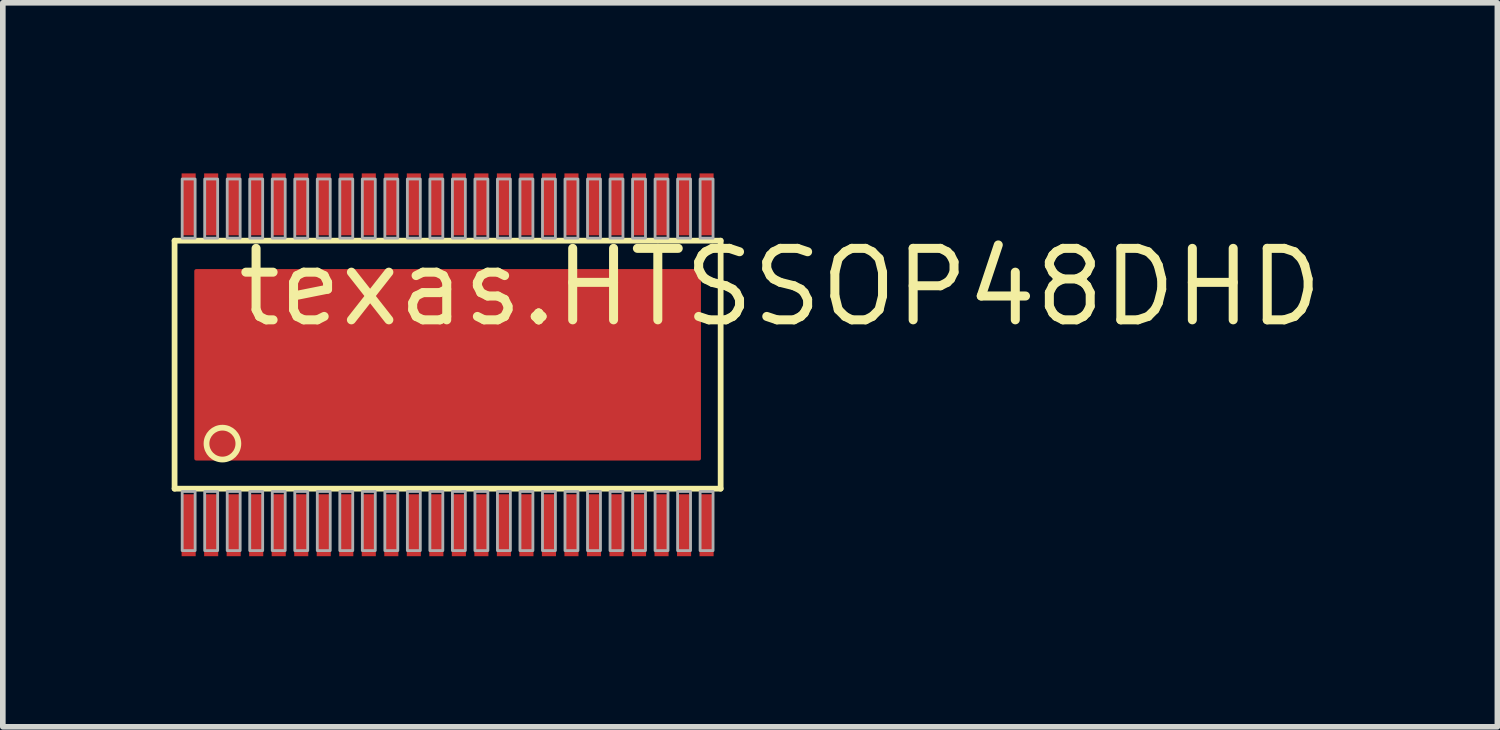
<source format=kicad_pcb>
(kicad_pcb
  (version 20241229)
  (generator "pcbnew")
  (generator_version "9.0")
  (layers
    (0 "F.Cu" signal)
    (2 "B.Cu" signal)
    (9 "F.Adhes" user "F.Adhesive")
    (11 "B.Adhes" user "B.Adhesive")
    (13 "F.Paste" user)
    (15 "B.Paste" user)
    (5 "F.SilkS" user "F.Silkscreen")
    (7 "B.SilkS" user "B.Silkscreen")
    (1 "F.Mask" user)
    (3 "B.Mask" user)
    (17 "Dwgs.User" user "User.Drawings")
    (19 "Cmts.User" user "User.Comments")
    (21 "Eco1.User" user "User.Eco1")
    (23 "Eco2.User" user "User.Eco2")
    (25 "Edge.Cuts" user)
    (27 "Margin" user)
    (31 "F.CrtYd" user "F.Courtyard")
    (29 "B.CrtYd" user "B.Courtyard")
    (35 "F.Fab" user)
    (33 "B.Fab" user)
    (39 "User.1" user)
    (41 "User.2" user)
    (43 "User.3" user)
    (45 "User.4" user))
  (footprint "texas.HTSSOP48DHD"
    (layer "F.Cu")
    (at 4.901 3.43)
    (property "Reference" "texas.HTSSOP48DHD" (at -3.81 -0.635 0) (layer "F.SilkS") (effects (font (size 1.27 1.27) (thickness 0.16)) (justify left bottom)))
    (attr smd)
    (fp_rect (start -4.73 -2.295) (end -4.47 -3.405) (stroke (width 0.05) (type default)) (fill yes) (layer "F.Mask"))
    (fp_rect (start -4.73 3.405) (end -4.47 2.295) (stroke (width 0.05) (type default)) (fill yes) (layer "F.Mask"))
    (fp_rect (start -4.5 1.7) (end 4.5 -1.7) (stroke (width 0.05) (type default)) (fill yes) (layer "F.Mask"))
    (fp_rect (start -4.33 -2.295) (end -4.07 -3.405) (stroke (width 0.05) (type default)) (fill yes) (layer "F.Mask"))
    (fp_rect (start -4.33 3.405) (end -4.07 2.295) (stroke (width 0.05) (type default)) (fill yes) (layer "F.Mask"))
    (fp_rect (start -3.93 -2.295) (end -3.67 -3.405) (stroke (width 0.05) (type default)) (fill yes) (layer "F.Mask"))
    (fp_rect (start -3.93 3.405) (end -3.67 2.295) (stroke (width 0.05) (type default)) (fill yes) (layer "F.Mask"))
    (fp_rect (start -3.53 -2.295) (end -3.27 -3.405) (stroke (width 0.05) (type default)) (fill yes) (layer "F.Mask"))
    (fp_rect (start -3.53 3.405) (end -3.27 2.295) (stroke (width 0.05) (type default)) (fill yes) (layer "F.Mask"))
    (fp_rect (start -3.13 -2.295) (end -2.87 -3.405) (stroke (width 0.05) (type default)) (fill yes) (layer "F.Mask"))
    (fp_rect (start -3.13 3.405) (end -2.87 2.295) (stroke (width 0.05) (type default)) (fill yes) (layer "F.Mask"))
    (fp_rect (start -2.73 -2.295) (end -2.47 -3.405) (stroke (width 0.05) (type default)) (fill yes) (layer "F.Mask"))
    (fp_rect (start -2.73 3.405) (end -2.47 2.295) (stroke (width 0.05) (type default)) (fill yes) (layer "F.Mask"))
    (fp_rect (start -2.33 -2.295) (end -2.07 -3.405) (stroke (width 0.05) (type default)) (fill yes) (layer "F.Mask"))
    (fp_rect (start -2.33 3.405) (end -2.07 2.295) (stroke (width 0.05) (type default)) (fill yes) (layer "F.Mask"))
    (fp_rect (start -1.93 -2.295) (end -1.67 -3.405) (stroke (width 0.05) (type default)) (fill yes) (layer "F.Mask"))
    (fp_rect (start -1.93 3.405) (end -1.67 2.295) (stroke (width 0.05) (type default)) (fill yes) (layer "F.Mask"))
    (fp_rect (start -1.53 -2.295) (end -1.27 -3.405) (stroke (width 0.05) (type default)) (fill yes) (layer "F.Mask"))
    (fp_rect (start -1.53 3.405) (end -1.27 2.295) (stroke (width 0.05) (type default)) (fill yes) (layer "F.Mask"))
    (fp_rect (start -1.13 -2.295) (end -0.87 -3.405) (stroke (width 0.05) (type default)) (fill yes) (layer "F.Mask"))
    (fp_rect (start -1.13 3.405) (end -0.87 2.295) (stroke (width 0.05) (type default)) (fill yes) (layer "F.Mask"))
    (fp_rect (start -0.73 -2.295) (end -0.47 -3.405) (stroke (width 0.05) (type default)) (fill yes) (layer "F.Mask"))
    (fp_rect (start -0.73 3.405) (end -0.47 2.295) (stroke (width 0.05) (type default)) (fill yes) (layer "F.Mask"))
    (fp_rect (start -0.33 -2.295) (end -0.07 -3.405) (stroke (width 0.05) (type default)) (fill yes) (layer "F.Mask"))
    (fp_rect (start -0.33 3.405) (end -0.07 2.295) (stroke (width 0.05) (type default)) (fill yes) (layer "F.Mask"))
    (fp_rect (start 0.07 -2.295) (end 0.33 -3.405) (stroke (width 0.05) (type default)) (fill yes) (layer "F.Mask"))
    (fp_rect (start 0.07 3.405) (end 0.33 2.295) (stroke (width 0.05) (type default)) (fill yes) (layer "F.Mask"))
    (fp_rect (start 0.47 -2.295) (end 0.73 -3.405) (stroke (width 0.05) (type default)) (fill yes) (layer "F.Mask"))
    (fp_rect (start 0.47 3.405) (end 0.73 2.295) (stroke (width 0.05) (type default)) (fill yes) (layer "F.Mask"))
    (fp_rect (start 0.87 -2.295) (end 1.13 -3.405) (stroke (width 0.05) (type default)) (fill yes) (layer "F.Mask"))
    (fp_rect (start 0.87 3.405) (end 1.13 2.295) (stroke (width 0.05) (type default)) (fill yes) (layer "F.Mask"))
    (fp_rect (start 1.27 -2.295) (end 1.53 -3.405) (stroke (width 0.05) (type default)) (fill yes) (layer "F.Mask"))
    (fp_rect (start 1.27 3.405) (end 1.53 2.295) (stroke (width 0.05) (type default)) (fill yes) (layer "F.Mask"))
    (fp_rect (start 1.67 -2.295) (end 1.93 -3.405) (stroke (width 0.05) (type default)) (fill yes) (layer "F.Mask"))
    (fp_rect (start 1.67 3.405) (end 1.93 2.295) (stroke (width 0.05) (type default)) (fill yes) (layer "F.Mask"))
    (fp_rect (start 2.07 -2.295) (end 2.33 -3.405) (stroke (width 0.05) (type default)) (fill yes) (layer "F.Mask"))
    (fp_rect (start 2.07 3.405) (end 2.33 2.295) (stroke (width 0.05) (type default)) (fill yes) (layer "F.Mask"))
    (fp_rect (start 2.47 -2.295) (end 2.73 -3.405) (stroke (width 0.05) (type default)) (fill yes) (layer "F.Mask"))
    (fp_rect (start 2.47 3.405) (end 2.73 2.295) (stroke (width 0.05) (type default)) (fill yes) (layer "F.Mask"))
    (fp_rect (start 2.87 -2.295) (end 3.13 -3.405) (stroke (width 0.05) (type default)) (fill yes) (layer "F.Mask"))
    (fp_rect (start 2.87 3.405) (end 3.13 2.295) (stroke (width 0.05) (type default)) (fill yes) (layer "F.Mask"))
    (fp_rect (start 3.27 -2.295) (end 3.53 -3.405) (stroke (width 0.05) (type default)) (fill yes) (layer "F.Mask"))
    (fp_rect (start 3.27 3.405) (end 3.53 2.295) (stroke (width 0.05) (type default)) (fill yes) (layer "F.Mask"))
    (fp_rect (start 3.67 -2.295) (end 3.93 -3.405) (stroke (width 0.05) (type default)) (fill yes) (layer "F.Mask"))
    (fp_rect (start 3.67 3.405) (end 3.93 2.295) (stroke (width 0.05) (type default)) (fill yes) (layer "F.Mask"))
    (fp_rect (start 4.07 -2.295) (end 4.33 -3.405) (stroke (width 0.05) (type default)) (fill yes) (layer "F.Mask"))
    (fp_rect (start 4.07 3.405) (end 4.33 2.295) (stroke (width 0.05) (type default)) (fill yes) (layer "F.Mask"))
    (fp_rect (start 4.47 -2.295) (end 4.73 -3.405) (stroke (width 0.05) (type default)) (fill yes) (layer "F.Mask"))
    (fp_rect (start 4.47 3.405) (end 4.73 2.295) (stroke (width 0.05) (type default)) (fill yes) (layer "F.Mask"))
    (fp_line (start -4.85 -2.205) (end 4.85 -2.205) (stroke (width 0.102) (type default)) (layer "F.SilkS"))
    (fp_line (start -4.85 2.2) (end -4.85 -2.205) (stroke (width 0.102) (type default)) (layer "F.SilkS"))
    (fp_line (start 4.85 -2.205) (end 4.85 2.2) (stroke (width 0.102) (type default)) (layer "F.SilkS"))
    (fp_line (start 4.85 2.2) (end -4.85 2.2) (stroke (width 0.102) (type default)) (layer "F.SilkS"))
    (fp_circle (center -4 1.4) (end -3.717 1.4) (stroke (width 0.102) (type default)) (fill no) (layer "F.SilkS"))
    (fp_rect (start -4.71 -2.32) (end -4.49 -3.385) (stroke (width 0.05) (type default)) (fill yes) (layer "F.Paste"))
    (fp_rect (start -4.71 3.385) (end -4.49 2.32) (stroke (width 0.05) (type default)) (fill yes) (layer "F.Paste"))
    (fp_rect (start -4.31 -2.32) (end -4.09 -3.385) (stroke (width 0.05) (type default)) (fill yes) (layer "F.Paste"))
    (fp_rect (start -4.31 3.385) (end -4.09 2.32) (stroke (width 0.05) (type default)) (fill yes) (layer "F.Paste"))
    (fp_rect (start -3.91 -2.32) (end -3.69 -3.385) (stroke (width 0.05) (type default)) (fill yes) (layer "F.Paste"))
    (fp_rect (start -3.91 3.385) (end -3.69 2.32) (stroke (width 0.05) (type default)) (fill yes) (layer "F.Paste"))
    (fp_rect (start -3.51 -2.32) (end -3.29 -3.385) (stroke (width 0.05) (type default)) (fill yes) (layer "F.Paste"))
    (fp_rect (start -3.51 3.385) (end -3.29 2.32) (stroke (width 0.05) (type default)) (fill yes) (layer "F.Paste"))
    (fp_rect (start -3.11 -2.32) (end -2.89 -3.385) (stroke (width 0.05) (type default)) (fill yes) (layer "F.Paste"))
    (fp_rect (start -3.11 3.385) (end -2.89 2.32) (stroke (width 0.05) (type default)) (fill yes) (layer "F.Paste"))
    (fp_rect (start -2.71 -2.32) (end -2.49 -3.385) (stroke (width 0.05) (type default)) (fill yes) (layer "F.Paste"))
    (fp_rect (start -2.71 3.385) (end -2.49 2.32) (stroke (width 0.05) (type default)) (fill yes) (layer "F.Paste"))
    (fp_rect (start -2.31 -2.32) (end -2.09 -3.385) (stroke (width 0.05) (type default)) (fill yes) (layer "F.Paste"))
    (fp_rect (start -2.31 3.385) (end -2.09 2.32) (stroke (width 0.05) (type default)) (fill yes) (layer "F.Paste"))
    (fp_rect (start -1.91 -2.32) (end -1.69 -3.385) (stroke (width 0.05) (type default)) (fill yes) (layer "F.Paste"))
    (fp_rect (start -1.91 3.385) (end -1.69 2.32) (stroke (width 0.05) (type default)) (fill yes) (layer "F.Paste"))
    (fp_rect (start -1.51 -2.32) (end -1.29 -3.385) (stroke (width 0.05) (type default)) (fill yes) (layer "F.Paste"))
    (fp_rect (start -1.51 3.385) (end -1.29 2.32) (stroke (width 0.05) (type default)) (fill yes) (layer "F.Paste"))
    (fp_rect (start -1.11 -2.32) (end -0.89 -3.385) (stroke (width 0.05) (type default)) (fill yes) (layer "F.Paste"))
    (fp_rect (start -1.11 3.385) (end -0.89 2.32) (stroke (width 0.05) (type default)) (fill yes) (layer "F.Paste"))
    (fp_rect (start -0.71 -2.32) (end -0.49 -3.385) (stroke (width 0.05) (type default)) (fill yes) (layer "F.Paste"))
    (fp_rect (start -0.71 3.385) (end -0.49 2.32) (stroke (width 0.05) (type default)) (fill yes) (layer "F.Paste"))
    (fp_rect (start -0.31 -2.32) (end -0.09 -3.385) (stroke (width 0.05) (type default)) (fill yes) (layer "F.Paste"))
    (fp_rect (start -0.31 3.385) (end -0.09 2.32) (stroke (width 0.05) (type default)) (fill yes) (layer "F.Paste"))
    (fp_rect (start 0.09 -2.32) (end 0.31 -3.385) (stroke (width 0.05) (type default)) (fill yes) (layer "F.Paste"))
    (fp_rect (start 0.09 3.385) (end 0.31 2.32) (stroke (width 0.05) (type default)) (fill yes) (layer "F.Paste"))
    (fp_rect (start 0.49 -2.32) (end 0.71 -3.385) (stroke (width 0.05) (type default)) (fill yes) (layer "F.Paste"))
    (fp_rect (start 0.49 3.385) (end 0.71 2.32) (stroke (width 0.05) (type default)) (fill yes) (layer "F.Paste"))
    (fp_rect (start 0.89 -2.32) (end 1.11 -3.385) (stroke (width 0.05) (type default)) (fill yes) (layer "F.Paste"))
    (fp_rect (start 0.89 3.385) (end 1.11 2.32) (stroke (width 0.05) (type default)) (fill yes) (layer "F.Paste"))
    (fp_rect (start 1.29 -2.32) (end 1.51 -3.385) (stroke (width 0.05) (type default)) (fill yes) (layer "F.Paste"))
    (fp_rect (start 1.29 3.385) (end 1.51 2.32) (stroke (width 0.05) (type default)) (fill yes) (layer "F.Paste"))
    (fp_rect (start 1.69 -2.32) (end 1.91 -3.385) (stroke (width 0.05) (type default)) (fill yes) (layer "F.Paste"))
    (fp_rect (start 1.69 3.385) (end 1.91 2.32) (stroke (width 0.05) (type default)) (fill yes) (layer "F.Paste"))
    (fp_rect (start 2.09 -2.32) (end 2.31 -3.385) (stroke (width 0.05) (type default)) (fill yes) (layer "F.Paste"))
    (fp_rect (start 2.09 3.385) (end 2.31 2.32) (stroke (width 0.05) (type default)) (fill yes) (layer "F.Paste"))
    (fp_rect (start 2.49 -2.32) (end 2.71 -3.385) (stroke (width 0.05) (type default)) (fill yes) (layer "F.Paste"))
    (fp_rect (start 2.49 3.385) (end 2.71 2.32) (stroke (width 0.05) (type default)) (fill yes) (layer "F.Paste"))
    (fp_rect (start 2.89 -2.32) (end 3.11 -3.385) (stroke (width 0.05) (type default)) (fill yes) (layer "F.Paste"))
    (fp_rect (start 2.89 3.385) (end 3.11 2.32) (stroke (width 0.05) (type default)) (fill yes) (layer "F.Paste"))
    (fp_rect (start 3.29 -2.32) (end 3.51 -3.385) (stroke (width 0.05) (type default)) (fill yes) (layer "F.Paste"))
    (fp_rect (start 3.29 3.385) (end 3.51 2.32) (stroke (width 0.05) (type default)) (fill yes) (layer "F.Paste"))
    (fp_rect (start 3.69 -2.32) (end 3.91 -3.385) (stroke (width 0.05) (type default)) (fill yes) (layer "F.Paste"))
    (fp_rect (start 3.69 3.385) (end 3.91 2.32) (stroke (width 0.05) (type default)) (fill yes) (layer "F.Paste"))
    (fp_rect (start 4.09 -2.32) (end 4.31 -3.385) (stroke (width 0.05) (type default)) (fill yes) (layer "F.Paste"))
    (fp_rect (start 4.09 3.385) (end 4.31 2.32) (stroke (width 0.05) (type default)) (fill yes) (layer "F.Paste"))
    (fp_rect (start 4.49 -2.32) (end 4.71 -3.385) (stroke (width 0.05) (type default)) (fill yes) (layer "F.Paste"))
    (fp_rect (start 4.49 3.385) (end 4.71 2.32) (stroke (width 0.05) (type default)) (fill yes) (layer "F.Paste"))
    (fp_rect (start -4.715 -2.25) (end -4.485 -3.3) (stroke (width 0.05) (type default)) (fill no) (layer "F.Fab"))
    (fp_rect (start -4.715 3.3) (end -4.485 2.25) (stroke (width 0.05) (type default)) (fill no) (layer "F.Fab"))
    (fp_rect (start -4.315 -2.25) (end -4.085 -3.3) (stroke (width 0.05) (type default)) (fill no) (layer "F.Fab"))
    (fp_rect (start -4.315 3.3) (end -4.085 2.25) (stroke (width 0.05) (type default)) (fill no) (layer "F.Fab"))
    (fp_rect (start -3.915 -2.25) (end -3.685 -3.3) (stroke (width 0.05) (type default)) (fill no) (layer "F.Fab"))
    (fp_rect (start -3.915 3.3) (end -3.685 2.25) (stroke (width 0.05) (type default)) (fill no) (layer "F.Fab"))
    (fp_rect (start -3.515 -2.25) (end -3.285 -3.3) (stroke (width 0.05) (type default)) (fill no) (layer "F.Fab"))
    (fp_rect (start -3.515 3.3) (end -3.285 2.25) (stroke (width 0.05) (type default)) (fill no) (layer "F.Fab"))
    (fp_rect (start -3.115 -2.25) (end -2.885 -3.3) (stroke (width 0.05) (type default)) (fill no) (layer "F.Fab"))
    (fp_rect (start -3.115 3.3) (end -2.885 2.25) (stroke (width 0.05) (type default)) (fill no) (layer "F.Fab"))
    (fp_rect (start -2.715 -2.25) (end -2.485 -3.3) (stroke (width 0.05) (type default)) (fill no) (layer "F.Fab"))
    (fp_rect (start -2.715 3.3) (end -2.485 2.25) (stroke (width 0.05) (type default)) (fill no) (layer "F.Fab"))
    (fp_rect (start -2.315 -2.25) (end -2.085 -3.3) (stroke (width 0.05) (type default)) (fill no) (layer "F.Fab"))
    (fp_rect (start -2.315 3.3) (end -2.085 2.25) (stroke (width 0.05) (type default)) (fill no) (layer "F.Fab"))
    (fp_rect (start -1.915 -2.25) (end -1.685 -3.3) (stroke (width 0.05) (type default)) (fill no) (layer "F.Fab"))
    (fp_rect (start -1.915 3.3) (end -1.685 2.25) (stroke (width 0.05) (type default)) (fill no) (layer "F.Fab"))
    (fp_rect (start -1.515 -2.25) (end -1.285 -3.3) (stroke (width 0.05) (type default)) (fill no) (layer "F.Fab"))
    (fp_rect (start -1.515 3.3) (end -1.285 2.25) (stroke (width 0.05) (type default)) (fill no) (layer "F.Fab"))
    (fp_rect (start -1.115 -2.25) (end -0.885 -3.3) (stroke (width 0.05) (type default)) (fill no) (layer "F.Fab"))
    (fp_rect (start -1.115 3.3) (end -0.885 2.25) (stroke (width 0.05) (type default)) (fill no) (layer "F.Fab"))
    (fp_rect (start -0.715 -2.25) (end -0.485 -3.3) (stroke (width 0.05) (type default)) (fill no) (layer "F.Fab"))
    (fp_rect (start -0.715 3.3) (end -0.485 2.25) (stroke (width 0.05) (type default)) (fill no) (layer "F.Fab"))
    (fp_rect (start -0.315 -2.25) (end -0.085 -3.3) (stroke (width 0.05) (type default)) (fill no) (layer "F.Fab"))
    (fp_rect (start -0.315 3.3) (end -0.085 2.25) (stroke (width 0.05) (type default)) (fill no) (layer "F.Fab"))
    (fp_rect (start 0.085 -2.25) (end 0.315 -3.3) (stroke (width 0.05) (type default)) (fill no) (layer "F.Fab"))
    (fp_rect (start 0.085 3.3) (end 0.315 2.25) (stroke (width 0.05) (type default)) (fill no) (layer "F.Fab"))
    (fp_rect (start 0.485 -2.25) (end 0.715 -3.3) (stroke (width 0.05) (type default)) (fill no) (layer "F.Fab"))
    (fp_rect (start 0.485 3.3) (end 0.715 2.25) (stroke (width 0.05) (type default)) (fill no) (layer "F.Fab"))
    (fp_rect (start 0.885 -2.25) (end 1.115 -3.3) (stroke (width 0.05) (type default)) (fill no) (layer "F.Fab"))
    (fp_rect (start 0.885 3.3) (end 1.115 2.25) (stroke (width 0.05) (type default)) (fill no) (layer "F.Fab"))
    (fp_rect (start 1.285 -2.25) (end 1.515 -3.3) (stroke (width 0.05) (type default)) (fill no) (layer "F.Fab"))
    (fp_rect (start 1.285 3.3) (end 1.515 2.25) (stroke (width 0.05) (type default)) (fill no) (layer "F.Fab"))
    (fp_rect (start 1.685 -2.25) (end 1.915 -3.3) (stroke (width 0.05) (type default)) (fill no) (layer "F.Fab"))
    (fp_rect (start 1.685 3.3) (end 1.915 2.25) (stroke (width 0.05) (type default)) (fill no) (layer "F.Fab"))
    (fp_rect (start 2.085 -2.25) (end 2.315 -3.3) (stroke (width 0.05) (type default)) (fill no) (layer "F.Fab"))
    (fp_rect (start 2.085 3.3) (end 2.315 2.25) (stroke (width 0.05) (type default)) (fill no) (layer "F.Fab"))
    (fp_rect (start 2.485 -2.25) (end 2.715 -3.3) (stroke (width 0.05) (type default)) (fill no) (layer "F.Fab"))
    (fp_rect (start 2.485 3.3) (end 2.715 2.25) (stroke (width 0.05) (type default)) (fill no) (layer "F.Fab"))
    (fp_rect (start 2.885 -2.25) (end 3.115 -3.3) (stroke (width 0.05) (type default)) (fill no) (layer "F.Fab"))
    (fp_rect (start 2.885 3.3) (end 3.115 2.25) (stroke (width 0.05) (type default)) (fill no) (layer "F.Fab"))
    (fp_rect (start 3.285 -2.25) (end 3.515 -3.3) (stroke (width 0.05) (type default)) (fill no) (layer "F.Fab"))
    (fp_rect (start 3.285 3.3) (end 3.515 2.25) (stroke (width 0.05) (type default)) (fill no) (layer "F.Fab"))
    (fp_rect (start 3.685 -2.25) (end 3.915 -3.3) (stroke (width 0.05) (type default)) (fill no) (layer "F.Fab"))
    (fp_rect (start 3.685 3.3) (end 3.915 2.25) (stroke (width 0.05) (type default)) (fill no) (layer "F.Fab"))
    (fp_rect (start 4.085 -2.25) (end 4.315 -3.3) (stroke (width 0.05) (type default)) (fill no) (layer "F.Fab"))
    (fp_rect (start 4.085 3.3) (end 4.315 2.25) (stroke (width 0.05) (type default)) (fill no) (layer "F.Fab"))
    (fp_rect (start 4.485 -2.25) (end 4.715 -3.3) (stroke (width 0.05) (type default)) (fill no) (layer "F.Fab"))
    (fp_rect (start 4.485 3.3) (end 4.715 2.25) (stroke (width 0.05) (type default)) (fill no) (layer "F.Fab"))
    (pad "1" smd roundrect (at -4.6 2.85) (size 0.25 1.1) (layers "F.Cu" "F.Mask" "F.Paste") (roundrect_rratio 0.01))
    (pad "2" smd roundrect (at -4.2 2.85) (size 0.25 1.1) (layers "F.Cu" "F.Mask" "F.Paste") (roundrect_rratio 0.01))
    (pad "3" smd roundrect (at -3.8 2.85) (size 0.25 1.1) (layers "F.Cu" "F.Mask" "F.Paste") (roundrect_rratio 0.01))
    (pad "4" smd roundrect (at -3.4 2.85) (size 0.25 1.1) (layers "F.Cu" "F.Mask" "F.Paste") (roundrect_rratio 0.01))
    (pad "5" smd roundrect (at -3 2.85) (size 0.25 1.1) (layers "F.Cu" "F.Mask" "F.Paste") (roundrect_rratio 0.01))
    (pad "6" smd roundrect (at -2.6 2.85) (size 0.25 1.1) (layers "F.Cu" "F.Mask" "F.Paste") (roundrect_rratio 0.01))
    (pad "7" smd roundrect (at -2.2 2.85) (size 0.25 1.1) (layers "F.Cu" "F.Mask" "F.Paste") (roundrect_rratio 0.01))
    (pad "8" smd roundrect (at -1.8 2.85) (size 0.25 1.1) (layers "F.Cu" "F.Mask" "F.Paste") (roundrect_rratio 0.01))
    (pad "9" smd roundrect (at -1.4 2.85) (size 0.25 1.1) (layers "F.Cu" "F.Mask" "F.Paste") (roundrect_rratio 0.01))
    (pad "10" smd roundrect (at -1 2.85) (size 0.25 1.1) (layers "F.Cu" "F.Mask" "F.Paste") (roundrect_rratio 0.01))
    (pad "11" smd roundrect (at -0.6 2.85) (size 0.25 1.1) (layers "F.Cu" "F.Mask" "F.Paste") (roundrect_rratio 0.01))
    (pad "12" smd roundrect (at -0.2 2.85) (size 0.25 1.1) (layers "F.Cu" "F.Mask" "F.Paste") (roundrect_rratio 0.01))
    (pad "13" smd roundrect (at 0.2 2.85) (size 0.25 1.1) (layers "F.Cu" "F.Mask" "F.Paste") (roundrect_rratio 0.01))
    (pad "14" smd roundrect (at 0.6 2.85) (size 0.25 1.1) (layers "F.Cu" "F.Mask" "F.Paste") (roundrect_rratio 0.01))
    (pad "15" smd roundrect (at 1 2.85) (size 0.25 1.1) (layers "F.Cu" "F.Mask" "F.Paste") (roundrect_rratio 0.01))
    (pad "16" smd roundrect (at 1.4 2.85) (size 0.25 1.1) (layers "F.Cu" "F.Mask" "F.Paste") (roundrect_rratio 0.01))
    (pad "17" smd roundrect (at 1.8 2.85) (size 0.25 1.1) (layers "F.Cu" "F.Mask" "F.Paste") (roundrect_rratio 0.01))
    (pad "18" smd roundrect (at 2.2 2.85) (size 0.25 1.1) (layers "F.Cu" "F.Mask" "F.Paste") (roundrect_rratio 0.01))
    (pad "19" smd roundrect (at 2.6 2.85) (size 0.25 1.1) (layers "F.Cu" "F.Mask" "F.Paste") (roundrect_rratio 0.01))
    (pad "20" smd roundrect (at 3 2.85) (size 0.25 1.1) (layers "F.Cu" "F.Mask" "F.Paste") (roundrect_rratio 0.01))
    (pad "21" smd roundrect (at 3.4 2.85) (size 0.25 1.1) (layers "F.Cu" "F.Mask" "F.Paste") (roundrect_rratio 0.01))
    (pad "22" smd roundrect (at 3.8 2.85) (size 0.25 1.1) (layers "F.Cu" "F.Mask" "F.Paste") (roundrect_rratio 0.01))
    (pad "23" smd roundrect (at 4.2 2.85) (size 0.25 1.1) (layers "F.Cu" "F.Mask" "F.Paste") (roundrect_rratio 0.01))
    (pad "24" smd roundrect (at 4.6 2.85) (size 0.25 1.1) (layers "F.Cu" "F.Mask" "F.Paste") (roundrect_rratio 0.01))
    (pad "25" smd roundrect (at 4.6 -2.85 180) (size 0.25 1.1) (layers "F.Cu" "F.Mask" "F.Paste") (roundrect_rratio 0.01))
    (pad "26" smd roundrect (at 4.2 -2.85 180) (size 0.25 1.1) (layers "F.Cu" "F.Mask" "F.Paste") (roundrect_rratio 0.01))
    (pad "27" smd roundrect (at 3.8 -2.85 180) (size 0.25 1.1) (layers "F.Cu" "F.Mask" "F.Paste") (roundrect_rratio 0.01))
    (pad "28" smd roundrect (at 3.4 -2.85 180) (size 0.25 1.1) (layers "F.Cu" "F.Mask" "F.Paste") (roundrect_rratio 0.01))
    (pad "29" smd roundrect (at 3 -2.85 180) (size 0.25 1.1) (layers "F.Cu" "F.Mask" "F.Paste") (roundrect_rratio 0.01))
    (pad "30" smd roundrect (at 2.6 -2.85 180) (size 0.25 1.1) (layers "F.Cu" "F.Mask" "F.Paste") (roundrect_rratio 0.01))
    (pad "31" smd roundrect (at 2.2 -2.85 180) (size 0.25 1.1) (layers "F.Cu" "F.Mask" "F.Paste") (roundrect_rratio 0.01))
    (pad "32" smd roundrect (at 1.8 -2.85 180) (size 0.25 1.1) (layers "F.Cu" "F.Mask" "F.Paste") (roundrect_rratio 0.01))
    (pad "33" smd roundrect (at 1.4 -2.85 180) (size 0.25 1.1) (layers "F.Cu" "F.Mask" "F.Paste") (roundrect_rratio 0.01))
    (pad "34" smd roundrect (at 1 -2.85 180) (size 0.25 1.1) (layers "F.Cu" "F.Mask" "F.Paste") (roundrect_rratio 0.01))
    (pad "35" smd roundrect (at 0.6 -2.85 180) (size 0.25 1.1) (layers "F.Cu" "F.Mask" "F.Paste") (roundrect_rratio 0.01))
    (pad "36" smd roundrect (at 0.2 -2.85 180) (size 0.25 1.1) (layers "F.Cu" "F.Mask" "F.Paste") (roundrect_rratio 0.01))
    (pad "37" smd roundrect (at -0.2 -2.85 180) (size 0.25 1.1) (layers "F.Cu" "F.Mask" "F.Paste") (roundrect_rratio 0.01))
    (pad "38" smd roundrect (at -0.6 -2.85 180) (size 0.25 1.1) (layers "F.Cu" "F.Mask" "F.Paste") (roundrect_rratio 0.01))
    (pad "39" smd roundrect (at -1 -2.85 180) (size 0.25 1.1) (layers "F.Cu" "F.Mask" "F.Paste") (roundrect_rratio 0.01))
    (pad "40" smd roundrect (at -1.4 -2.85 180) (size 0.25 1.1) (layers "F.Cu" "F.Mask" "F.Paste") (roundrect_rratio 0.01))
    (pad "41" smd roundrect (at -1.8 -2.85 180) (size 0.25 1.1) (layers "F.Cu" "F.Mask" "F.Paste") (roundrect_rratio 0.01))
    (pad "42" smd roundrect (at -2.2 -2.85 180) (size 0.25 1.1) (layers "F.Cu" "F.Mask" "F.Paste") (roundrect_rratio 0.01))
    (pad "43" smd roundrect (at -2.6 -2.85 180) (size 0.25 1.1) (layers "F.Cu" "F.Mask" "F.Paste") (roundrect_rratio 0.01))
    (pad "44" smd roundrect (at -3 -2.85 180) (size 0.25 1.1) (layers "F.Cu" "F.Mask" "F.Paste") (roundrect_rratio 0.01))
    (pad "45" smd roundrect (at -3.4 -2.85 180) (size 0.25 1.1) (layers "F.Cu" "F.Mask" "F.Paste") (roundrect_rratio 0.01))
    (pad "46" smd roundrect (at -3.8 -2.85 180) (size 0.25 1.1) (layers "F.Cu" "F.Mask" "F.Paste") (roundrect_rratio 0.01))
    (pad "47" smd roundrect (at -4.2 -2.85 180) (size 0.25 1.1) (layers "F.Cu" "F.Mask" "F.Paste") (roundrect_rratio 0.01))
    (pad "48" smd roundrect (at -4.6 -2.85 180) (size 0.25 1.1) (layers "F.Cu" "F.Mask" "F.Paste") (roundrect_rratio 0.01))
    (pad "EXP" smd roundrect (at 0 0) (size 9 3.4) (layers "F.Cu" "F.Mask" "F.Paste") (roundrect_rratio 0.01)))
  (gr_rect
    (start -3 -3)
    (end 23.548 9.86)
    (stroke (width 0.1) (type default))
    (fill no)
    (layer "Edge.Cuts")))
</source>
